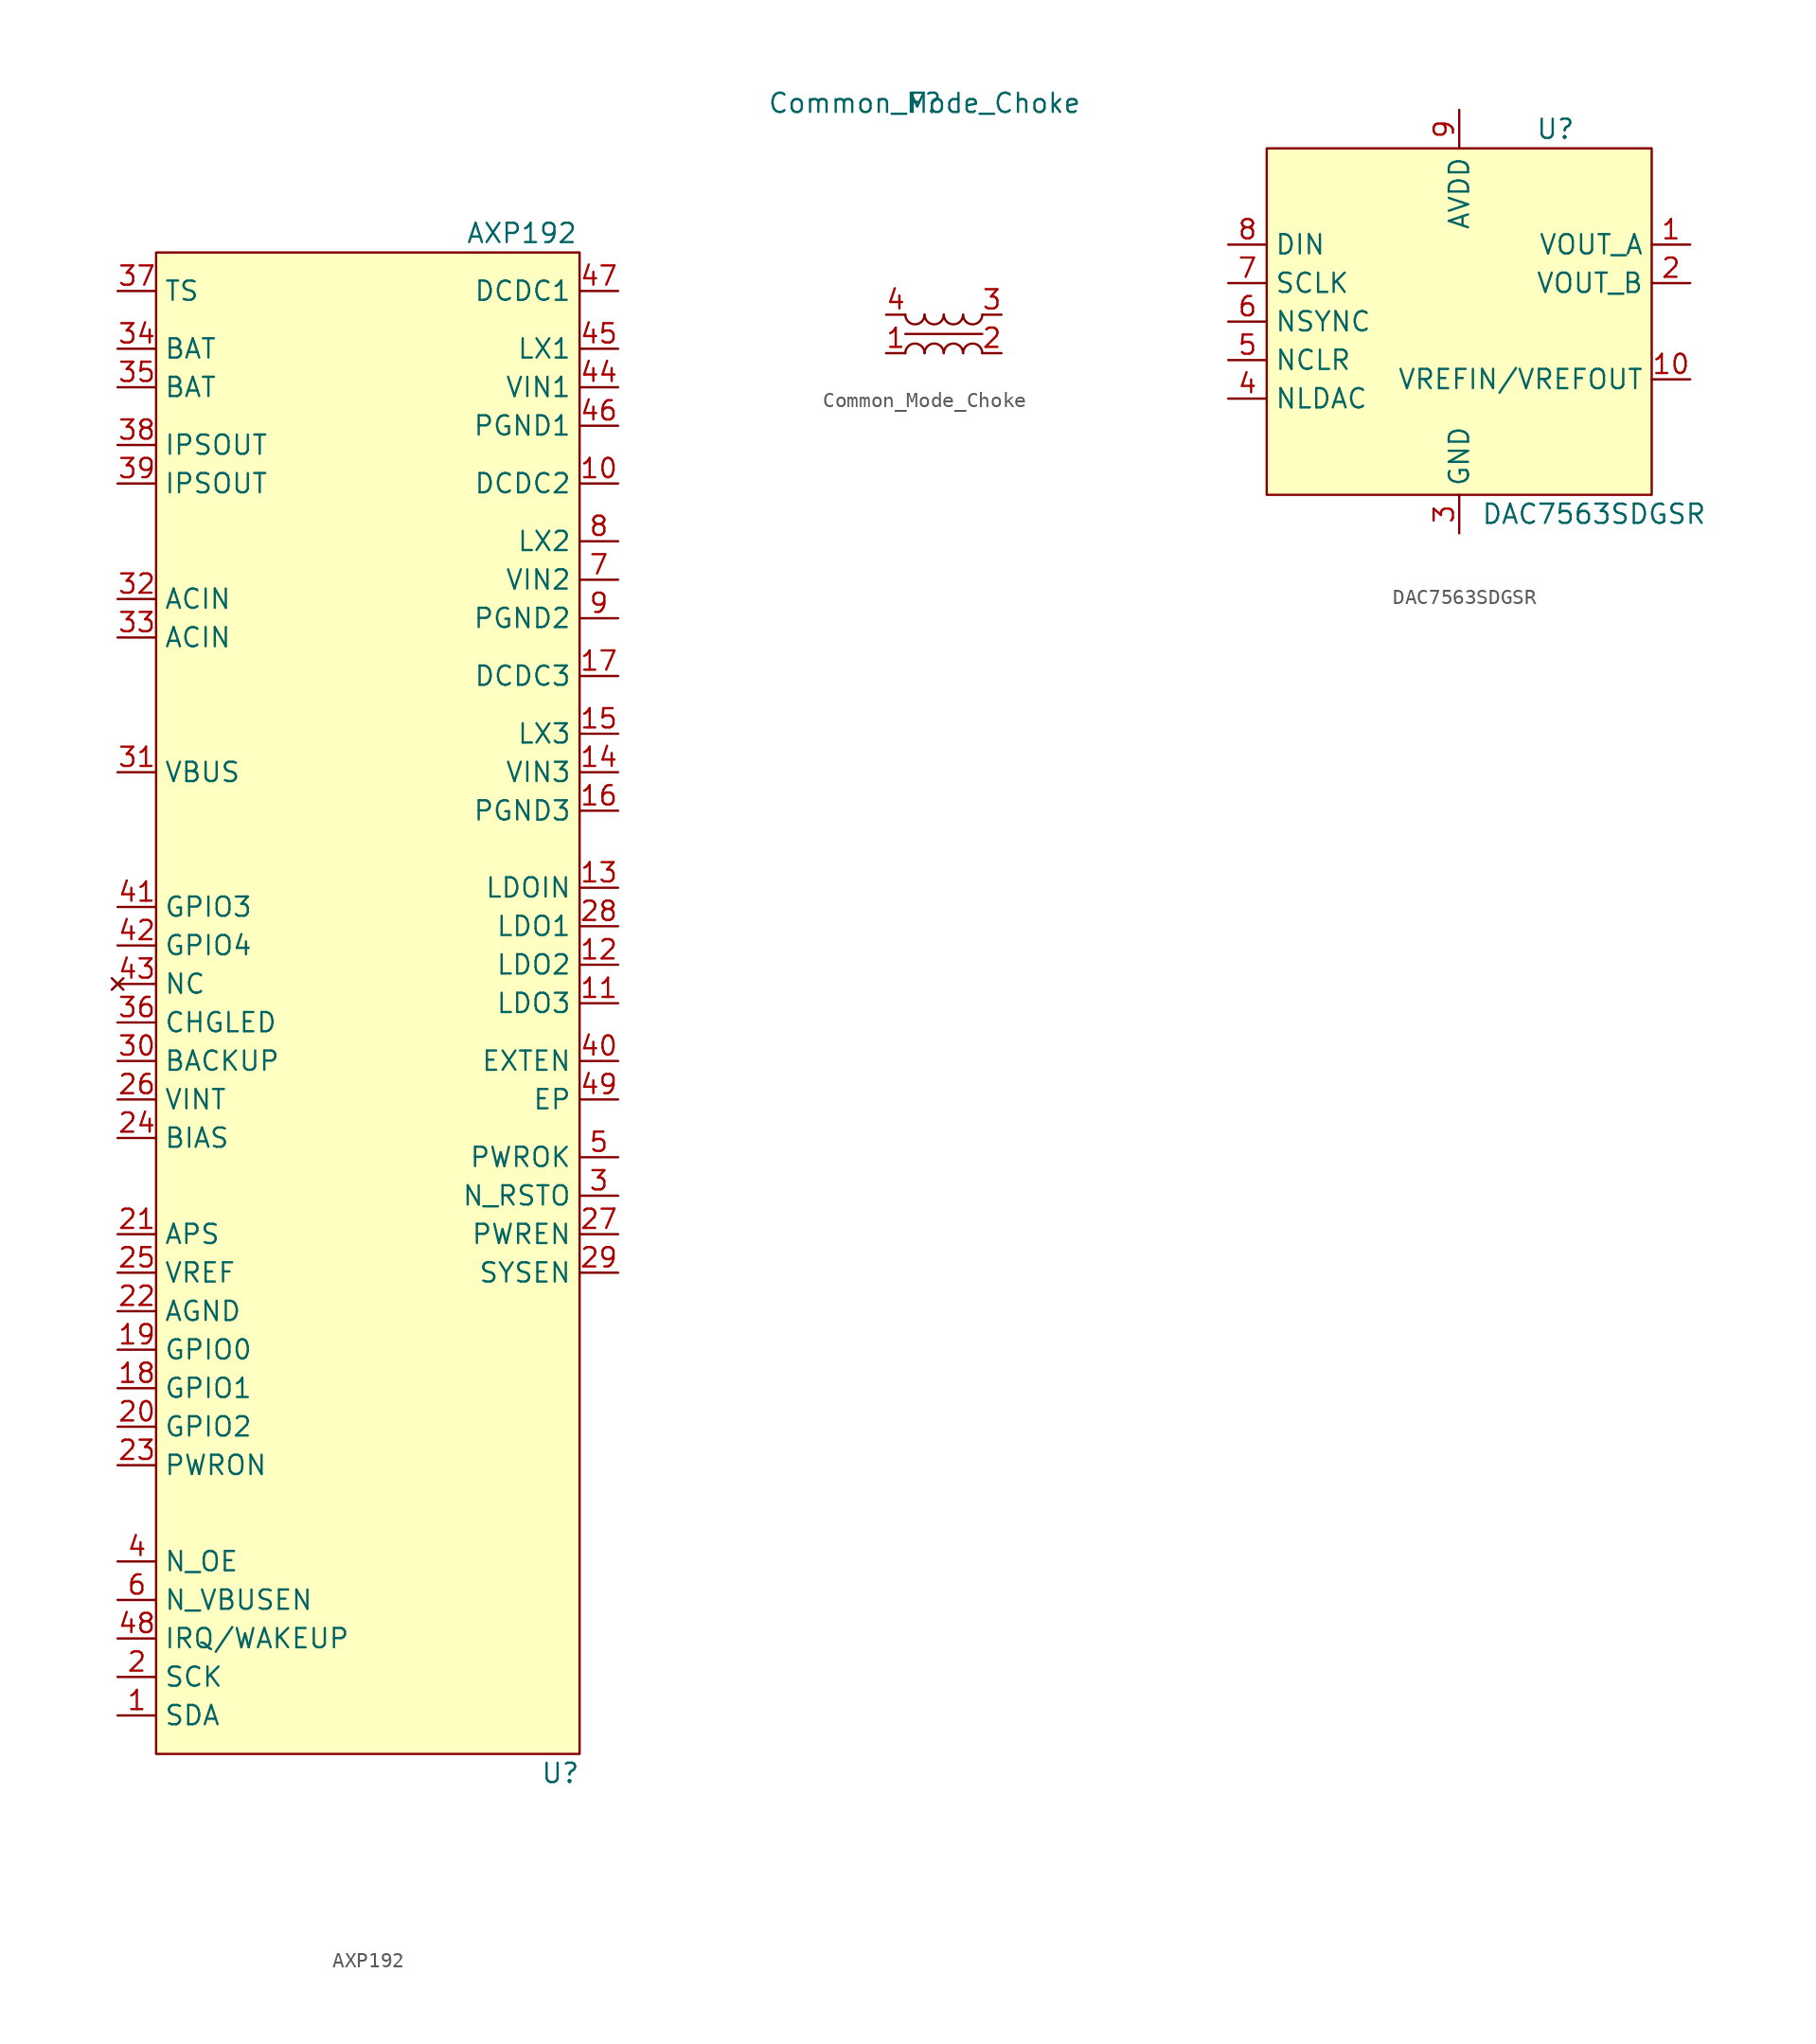
<source format=kicad_sym>
(kicad_symbol_lib
  (version 20211014)
  (generator kicad_symbol_editor)
  (symbol "AXP192"
    (property "Reference" "U"
      (at 13.97 -67.31 0)
      (effects (font (size 1.27 1.27))))
    (property "Value" "AXP192"
      (at 11.43 34.29 0)
      (effects (font (size 1.27 1.27))))
    (symbol "AXP192_0_0"
      (pin bidirectional line (at -15.24 -63.5 0) (length 2.54) (name "SDA" (effects (font (size 1.27 1.27)))) (number "1" (effects (font (size 1.27 1.27)))))
      (pin input line (at 17.78 17.78 180) (length 2.54) (name "DCDC2" (effects (font (size 1.27 1.27)))) (number "10" (effects (font (size 1.27 1.27)))))
      (pin output line (at 17.78 -16.51 180) (length 2.54) (name "LDO3" (effects (font (size 1.27 1.27)))) (number "11" (effects (font (size 1.27 1.27)))))
      (pin bidirectional line (at 17.78 -13.97 180) (length 2.54) (name "LDO2" (effects (font (size 1.27 1.27)))) (number "12" (effects (font (size 1.27 1.27)))))
      (pin power_in line (at 17.78 -8.89 180) (length 2.54) (name "LDOIN" (effects (font (size 1.27 1.27)))) (number "13" (effects (font (size 1.27 1.27)))))
      (pin power_in line (at 17.78 -1.27 180) (length 2.54) (name "VIN3" (effects (font (size 1.27 1.27)))) (number "14" (effects (font (size 1.27 1.27)))))
      (pin bidirectional line (at 17.78 1.27 180) (length 2.54) (name "LX3" (effects (font (size 1.27 1.27)))) (number "15" (effects (font (size 1.27 1.27)))))
      (pin power_in line (at 17.78 -3.81 180) (length 2.54) (name "PGND3" (effects (font (size 1.27 1.27)))) (number "16" (effects (font (size 1.27 1.27)))))
      (pin input line (at 17.78 5.08 180) (length 2.54) (name "DCDC3" (effects (font (size 1.27 1.27)))) (number "17" (effects (font (size 1.27 1.27)))))
      (pin bidirectional line (at -15.24 -41.91 0) (length 2.54) (name "GPIO1" (effects (font (size 1.27 1.27)))) (number "18" (effects (font (size 1.27 1.27)))))
      (pin bidirectional line (at -15.24 -39.37 0) (length 2.54) (name "GPIO0" (effects (font (size 1.27 1.27)))) (number "19" (effects (font (size 1.27 1.27)))))
      (pin input line (at -15.24 -60.96 0) (length 2.54) (name "SCK" (effects (font (size 1.27 1.27)))) (number "2" (effects (font (size 1.27 1.27)))))
      (pin bidirectional line (at -15.24 -44.45 0) (length 2.54) (name "GPIO2" (effects (font (size 1.27 1.27)))) (number "20" (effects (font (size 1.27 1.27)))))
      (pin power_in line (at -15.24 -31.75 0) (length 2.54) (name "APS" (effects (font (size 1.27 1.27)))) (number "21" (effects (font (size 1.27 1.27)))))
      (pin power_in line (at -15.24 -36.83 0) (length 2.54) (name "AGND" (effects (font (size 1.27 1.27)))) (number "22" (effects (font (size 1.27 1.27)))))
      (pin input line (at -15.24 -46.99 0) (length 2.54) (name "PWRON" (effects (font (size 1.27 1.27)))) (number "23" (effects (font (size 1.27 1.27)))))
      (pin bidirectional line (at -15.24 -25.4 0) (length 2.54) (name "BIAS" (effects (font (size 1.27 1.27)))) (number "24" (effects (font (size 1.27 1.27)))))
      (pin output line (at -15.24 -34.29 0) (length 2.54) (name "VREF" (effects (font (size 1.27 1.27)))) (number "25" (effects (font (size 1.27 1.27)))))
      (pin power_in line (at -15.24 -22.86 0) (length 2.54) (name "VINT" (effects (font (size 1.27 1.27)))) (number "26" (effects (font (size 1.27 1.27)))))
      (pin bidirectional line (at 17.78 -31.75 180) (length 2.54) (name "PWREN" (effects (font (size 1.27 1.27)))) (number "27" (effects (font (size 1.27 1.27)))))
      (pin output line (at 17.78 -11.43 180) (length 2.54) (name "LDO1" (effects (font (size 1.27 1.27)))) (number "28" (effects (font (size 1.27 1.27)))))
      (pin bidirectional line (at 17.78 -34.29 180) (length 2.54) (name "SYSEN" (effects (font (size 1.27 1.27)))) (number "29" (effects (font (size 1.27 1.27)))))
      (pin bidirectional line (at 17.78 -29.21 180) (length 2.54) (name "N_RSTO" (effects (font (size 1.27 1.27)))) (number "3" (effects (font (size 1.27 1.27)))))
      (pin bidirectional line (at -15.24 -20.32 0) (length 2.54) (name "BACKUP" (effects (font (size 1.27 1.27)))) (number "30" (effects (font (size 1.27 1.27)))))
      (pin power_in line (at -15.24 -1.27 0) (length 2.54) (name "VBUS" (effects (font (size 1.27 1.27)))) (number "31" (effects (font (size 1.27 1.27)))))
      (pin power_in line (at -15.24 10.16 0) (length 2.54) (name "ACIN" (effects (font (size 1.27 1.27)))) (number "32" (effects (font (size 1.27 1.27)))))
      (pin power_in line (at -15.24 7.62 0) (length 2.54) (name "ACIN" (effects (font (size 1.27 1.27)))) (number "33" (effects (font (size 1.27 1.27)))))
      (pin bidirectional line (at -15.24 26.67 0) (length 2.54) (name "BAT" (effects (font (size 1.27 1.27)))) (number "34" (effects (font (size 1.27 1.27)))))
      (pin bidirectional line (at -15.24 24.13 0) (length 2.54) (name "BAT" (effects (font (size 1.27 1.27)))) (number "35" (effects (font (size 1.27 1.27)))))
      (pin output line (at -15.24 -17.78 0) (length 2.54) (name "CHGLED" (effects (font (size 1.27 1.27)))) (number "36" (effects (font (size 1.27 1.27)))))
      (pin input line (at -15.24 30.48 0) (length 2.54) (name "TS" (effects (font (size 1.27 1.27)))) (number "37" (effects (font (size 1.27 1.27)))))
      (pin power_out line (at -15.24 20.32 0) (length 2.54) (name "IPSOUT" (effects (font (size 1.27 1.27)))) (number "38" (effects (font (size 1.27 1.27)))))
      (pin power_out line (at -15.24 17.78 0) (length 2.54) (name "IPSOUT" (effects (font (size 1.27 1.27)))) (number "39" (effects (font (size 1.27 1.27)))))
      (pin input line (at -15.24 -53.34 0) (length 2.54) (name "N_OE" (effects (font (size 1.27 1.27)))) (number "4" (effects (font (size 1.27 1.27)))))
      (pin output line (at 17.78 -20.32 180) (length 2.54) (name "EXTEN" (effects (font (size 1.27 1.27)))) (number "40" (effects (font (size 1.27 1.27)))))
      (pin input line (at -15.24 -10.16 0) (length 2.54) (name "GPIO3" (effects (font (size 1.27 1.27)))) (number "41" (effects (font (size 1.27 1.27)))))
      (pin input line (at -15.24 -12.7 0) (length 2.54) (name "GPIO4" (effects (font (size 1.27 1.27)))) (number "42" (effects (font (size 1.27 1.27)))))
      (pin no_connect line (at -15.24 -15.24 0) (length 2.54) (name "NC" (effects (font (size 1.27 1.27)))) (number "43" (effects (font (size 1.27 1.27)))))
      (pin power_in line (at 17.78 24.13 180) (length 2.54) (name "VIN1" (effects (font (size 1.27 1.27)))) (number "44" (effects (font (size 1.27 1.27)))))
      (pin bidirectional line (at 17.78 26.67 180) (length 2.54) (name "LX1" (effects (font (size 1.27 1.27)))) (number "45" (effects (font (size 1.27 1.27)))))
      (pin power_in line (at 17.78 21.59 180) (length 2.54) (name "PGND1" (effects (font (size 1.27 1.27)))) (number "46" (effects (font (size 1.27 1.27)))))
      (pin input line (at 17.78 30.48 180) (length 2.54) (name "DCDC1" (effects (font (size 1.27 1.27)))) (number "47" (effects (font (size 1.27 1.27)))))
      (pin bidirectional line (at -15.24 -58.42 0) (length 2.54) (name "IRQ/WAKEUP" (effects (font (size 1.27 1.27)))) (number "48" (effects (font (size 1.27 1.27)))))
      (pin power_in line (at 17.78 -22.86 180) (length 2.54) (name "EP" (effects (font (size 1.27 1.27)))) (number "49" (effects (font (size 1.27 1.27)))))
      (pin output line (at 17.78 -26.67 180) (length 2.54) (name "PWROK" (effects (font (size 1.27 1.27)))) (number "5" (effects (font (size 1.27 1.27)))))
      (pin input line (at -15.24 -55.88 0) (length 2.54) (name "N_VBUSEN" (effects (font (size 1.27 1.27)))) (number "6" (effects (font (size 1.27 1.27)))))
      (pin power_in line (at 17.78 11.43 180) (length 2.54) (name "VIN2" (effects (font (size 1.27 1.27)))) (number "7" (effects (font (size 1.27 1.27)))))
      (pin bidirectional line (at 17.78 13.97 180) (length 2.54) (name "LX2" (effects (font (size 1.27 1.27)))) (number "8" (effects (font (size 1.27 1.27)))))
      (pin power_in line (at 17.78 8.89 180) (length 2.54) (name "PGND2" (effects (font (size 1.27 1.27)))) (number "9" (effects (font (size 1.27 1.27))))))
    (symbol "AXP192_0_1"
      (rectangle (start -12.7 33.02) (end 15.24 -66.04) (stroke (width 0) (type default) (color 0 0 0 0)) (fill (type background)))))
  (symbol "Common_Mode_Choke"
    (property "Reference" "F"
      (at -1.27 15.24 0)
      (effects (font (size 1.27 1.27))))
    (property "Value" "Common_Mode_Choke"
      (at -1.27 15.24 0)
      (effects (font (size 1.27 1.27))))
    (symbol "Common_Mode_Choke_0_1"
      (arc (start -2.54 1.27) (mid -1.905 0.635) (end -1.27 1.27) (stroke (width 0) (type default) (color 0 0 0 0)) (fill (type none)))
      (arc (start -1.27 -1.27) (mid -1.905 -0.635) (end -2.54 -1.27) (stroke (width 0) (type default) (color 0 0 0 0)) (fill (type none)))
      (arc (start -1.27 1.27) (mid -0.635 0.635) (end 0 1.27) (stroke (width 0) (type default) (color 0 0 0 0)) (fill (type none)))
      (arc (start 0 -1.27) (mid -0.635 -0.635) (end -1.27 -1.27) (stroke (width 0) (type default) (color 0 0 0 0)) (fill (type none)))
      (polyline (pts (xy -2.54 0) (xy 2.54 0)) (stroke (width 0) (type default) (color 0 0 0 0)) (fill (type none)))
      (arc (start 0 1.27) (mid 0.635 0.635) (end 1.27 1.27) (stroke (width 0) (type default) (color 0 0 0 0)) (fill (type none)))
      (arc (start 1.27 -1.27) (mid 0.635 -0.635) (end 0 -1.27) (stroke (width 0) (type default) (color 0 0 0 0)) (fill (type none)))
      (arc (start 1.27 1.27) (mid 1.905 0.635) (end 2.54 1.27) (stroke (width 0) (type default) (color 0 0 0 0)) (fill (type none)))
      (arc (start 2.54 -1.27) (mid 1.905 -0.635) (end 1.27 -1.27) (stroke (width 0) (type default) (color 0 0 0 0)) (fill (type none))))
    (symbol "Common_Mode_Choke_1_1"
      (pin passive line (at -3.81 -1.27 0) (length 1.27) (name "" (effects (font (size 1.27 1.27)))) (number "1" (effects (font (size 1.27 1.27)))))
      (pin passive line (at 3.81 -1.27 180) (length 1.27) (name "" (effects (font (size 1.27 1.27)))) (number "2" (effects (font (size 1.27 1.27)))))
      (pin passive line (at 3.81 1.27 180) (length 1.27) (name "" (effects (font (size 1.27 1.27)))) (number "3" (effects (font (size 1.27 1.27)))))
      (pin passive line (at -3.81 1.27 0) (length 1.27) (name "" (effects (font (size 1.27 1.27)))) (number "4" (effects (font (size 1.27 1.27)))))))
  (symbol "DAC7563SDGSR"
    (property "Reference" "U"
      (at 6.35 12.7 0)
      (effects (font (size 1.27 1.27))))
    (property "Value" "DAC7563SDGSR"
      (at 8.89 -12.7 0)
      (effects (font (size 1.27 1.27))))
    (symbol "DAC7563SDGSR_0_0"
      (pin output line (at 15.24 5.08 180) (length 2.54) (name "VOUT_A" (effects (font (size 1.27 1.27)))) (number "1" (effects (font (size 1.27 1.27)))))
      (pin power_in line (at 15.24 -3.81 180) (length 2.54) (name "VREFIN/VREFOUT" (effects (font (size 1.27 1.27)))) (number "10" (effects (font (size 1.27 1.27)))))
      (pin output line (at 15.24 2.54 180) (length 2.54) (name "VOUT_B" (effects (font (size 1.27 1.27)))) (number "2" (effects (font (size 1.27 1.27)))))
      (pin power_in line (at 0 -13.97 90) (length 2.54) (name "GND" (effects (font (size 1.27 1.27)))) (number "3" (effects (font (size 1.27 1.27)))))
      (pin input line (at -15.24 -5.08 0) (length 2.54) (name "NLDAC" (effects (font (size 1.27 1.27)))) (number "4" (effects (font (size 1.27 1.27)))))
      (pin input line (at -15.24 -2.54 0) (length 2.54) (name "NCLR" (effects (font (size 1.27 1.27)))) (number "5" (effects (font (size 1.27 1.27)))))
      (pin input line (at -15.24 0 0) (length 2.54) (name "NSYNC" (effects (font (size 1.27 1.27)))) (number "6" (effects (font (size 1.27 1.27)))))
      (pin input line (at -15.24 2.54 0) (length 2.54) (name "SCLK" (effects (font (size 1.27 1.27)))) (number "7" (effects (font (size 1.27 1.27)))))
      (pin input line (at -15.24 5.08 0) (length 2.54) (name "DIN" (effects (font (size 1.27 1.27)))) (number "8" (effects (font (size 1.27 1.27)))))
      (pin power_in line (at 0 13.97 270) (length 2.54) (name "AVDD" (effects (font (size 1.27 1.27)))) (number "9" (effects (font (size 1.27 1.27))))))
    (symbol "DAC7563SDGSR_0_1"
      (rectangle (start -12.7 11.43) (end 12.7 -11.43) (stroke (width 0) (type default) (color 0 0 0 0)) (fill (type background))))))
</source>
